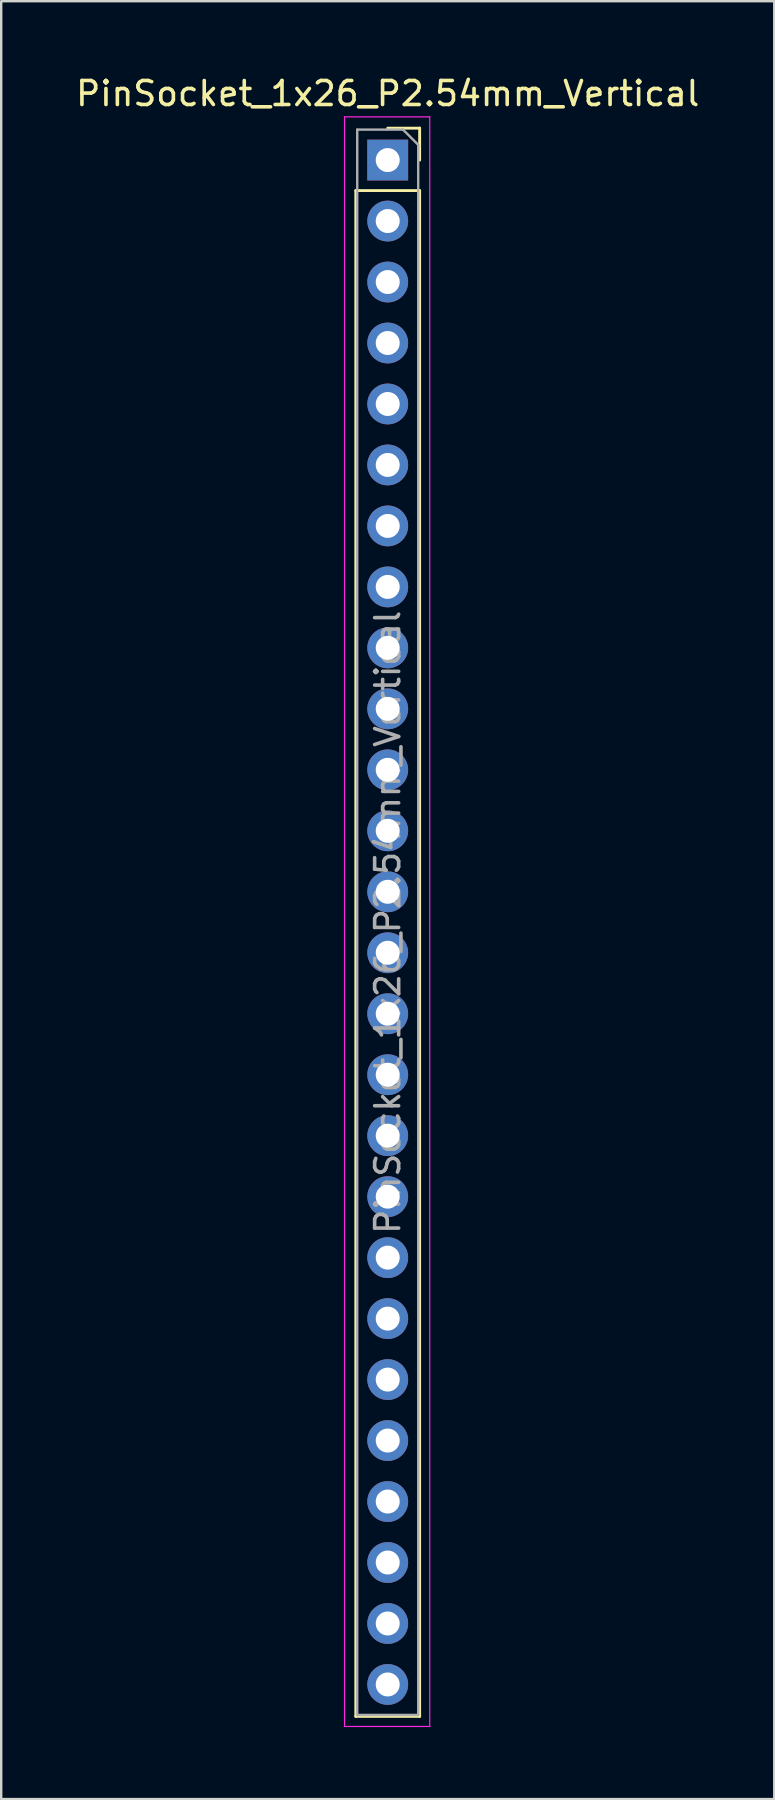
<source format=kicad_pcb>
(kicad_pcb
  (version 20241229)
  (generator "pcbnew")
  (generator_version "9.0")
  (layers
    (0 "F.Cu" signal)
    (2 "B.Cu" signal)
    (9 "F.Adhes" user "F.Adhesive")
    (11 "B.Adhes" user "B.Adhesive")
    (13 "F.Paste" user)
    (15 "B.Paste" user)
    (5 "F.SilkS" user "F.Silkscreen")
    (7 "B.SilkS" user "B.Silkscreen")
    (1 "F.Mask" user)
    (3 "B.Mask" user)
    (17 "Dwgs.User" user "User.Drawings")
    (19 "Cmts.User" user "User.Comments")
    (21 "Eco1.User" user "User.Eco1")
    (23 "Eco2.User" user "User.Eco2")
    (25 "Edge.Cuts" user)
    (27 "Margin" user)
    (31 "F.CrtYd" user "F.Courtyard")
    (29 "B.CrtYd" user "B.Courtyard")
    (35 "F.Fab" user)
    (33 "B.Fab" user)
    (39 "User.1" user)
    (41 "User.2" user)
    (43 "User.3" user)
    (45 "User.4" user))
  (footprint "PinSocket_1x26_P2.54mm_Vertical"
    (layer "F.Cu")
    (at 13.101 3.618)
    (property "Reference" "PinSocket_1x26_P2.54mm_Vertical" (at 0 -2.77 0) (layer "F.SilkS") (effects (font (size 1 1) (thickness 0.15))))
    (attr through_hole)
    (fp_line (start -1.33 1.27) (end -1.33 64.83) (stroke (width 0.12) (type solid)) (layer "F.SilkS"))
    (fp_line (start -1.33 1.27) (end 1.33 1.27) (stroke (width 0.12) (type solid)) (layer "F.SilkS"))
    (fp_line (start -1.33 64.83) (end 1.33 64.83) (stroke (width 0.12) (type solid)) (layer "F.SilkS"))
    (fp_line (start 0 -1.33) (end 1.33 -1.33) (stroke (width 0.12) (type solid)) (layer "F.SilkS"))
    (fp_line (start 1.33 -1.33) (end 1.33 0) (stroke (width 0.12) (type solid)) (layer "F.SilkS"))
    (fp_line (start 1.33 1.27) (end 1.33 64.83) (stroke (width 0.12) (type solid)) (layer "F.SilkS"))
    (fp_line (start -1.8 -1.8) (end 1.75 -1.8) (stroke (width 0.05) (type solid)) (layer "F.CrtYd"))
    (fp_line (start -1.8 65.25) (end -1.8 -1.8) (stroke (width 0.05) (type solid)) (layer "F.CrtYd"))
    (fp_line (start 1.75 -1.8) (end 1.75 65.25) (stroke (width 0.05) (type solid)) (layer "F.CrtYd"))
    (fp_line (start 1.75 65.25) (end -1.8 65.25) (stroke (width 0.05) (type solid)) (layer "F.CrtYd"))
    (fp_line (start -1.27 -1.27) (end 0.635 -1.27) (stroke (width 0.1) (type solid)) (layer "F.Fab"))
    (fp_line (start -1.27 64.77) (end -1.27 -1.27) (stroke (width 0.1) (type solid)) (layer "F.Fab"))
    (fp_line (start 0.635 -1.27) (end 1.27 -0.635) (stroke (width 0.1) (type solid)) (layer "F.Fab"))
    (fp_line (start 1.27 -0.635) (end 1.27 64.77) (stroke (width 0.1) (type solid)) (layer "F.Fab"))
    (fp_line (start 1.27 64.77) (end -1.27 64.77) (stroke (width 0.1) (type solid)) (layer "F.Fab"))
    (fp_text user "${REFERENCE}" (at 0 31.75 90) (layer "F.Fab") (effects (font (size 1 1) (thickness 0.15))))
    (pad "1" thru_hole rect (at 0 0) (size 1.7 1.7) (drill 1) (layers "*.Cu" "*.Mask"))
    (pad "2" thru_hole circle (at 0 2.54) (size 1.7 1.7) (drill 1) (layers "*.Cu" "*.Mask"))
    (pad "3" thru_hole circle (at 0 5.08) (size 1.7 1.7) (drill 1) (layers "*.Cu" "*.Mask"))
    (pad "4" thru_hole circle (at 0 7.62) (size 1.7 1.7) (drill 1) (layers "*.Cu" "*.Mask"))
    (pad "5" thru_hole circle (at 0 10.16) (size 1.7 1.7) (drill 1) (layers "*.Cu" "*.Mask"))
    (pad "6" thru_hole circle (at 0 12.7) (size 1.7 1.7) (drill 1) (layers "*.Cu" "*.Mask"))
    (pad "7" thru_hole circle (at 0 15.24) (size 1.7 1.7) (drill 1) (layers "*.Cu" "*.Mask"))
    (pad "8" thru_hole circle (at 0 17.78) (size 1.7 1.7) (drill 1) (layers "*.Cu" "*.Mask"))
    (pad "9" thru_hole circle (at 0 20.32) (size 1.7 1.7) (drill 1) (layers "*.Cu" "*.Mask"))
    (pad "10" thru_hole circle (at 0 22.86) (size 1.7 1.7) (drill 1) (layers "*.Cu" "*.Mask"))
    (pad "11" thru_hole circle (at 0 25.4) (size 1.7 1.7) (drill 1) (layers "*.Cu" "*.Mask"))
    (pad "12" thru_hole circle (at 0 27.94) (size 1.7 1.7) (drill 1) (layers "*.Cu" "*.Mask"))
    (pad "13" thru_hole circle (at 0 30.48) (size 1.7 1.7) (drill 1) (layers "*.Cu" "*.Mask"))
    (pad "14" thru_hole circle (at 0 33.02) (size 1.7 1.7) (drill 1) (layers "*.Cu" "*.Mask"))
    (pad "15" thru_hole circle (at 0 35.56) (size 1.7 1.7) (drill 1) (layers "*.Cu" "*.Mask"))
    (pad "16" thru_hole circle (at 0 38.1) (size 1.7 1.7) (drill 1) (layers "*.Cu" "*.Mask"))
    (pad "17" thru_hole circle (at 0 40.64) (size 1.7 1.7) (drill 1) (layers "*.Cu" "*.Mask"))
    (pad "18" thru_hole circle (at 0 43.18) (size 1.7 1.7) (drill 1) (layers "*.Cu" "*.Mask"))
    (pad "19" thru_hole circle (at 0 45.72) (size 1.7 1.7) (drill 1) (layers "*.Cu" "*.Mask"))
    (pad "20" thru_hole circle (at 0 48.26) (size 1.7 1.7) (drill 1) (layers "*.Cu" "*.Mask"))
    (pad "21" thru_hole circle (at 0 50.8) (size 1.7 1.7) (drill 1) (layers "*.Cu" "*.Mask"))
    (pad "22" thru_hole circle (at 0 53.34) (size 1.7 1.7) (drill 1) (layers "*.Cu" "*.Mask"))
    (pad "23" thru_hole circle (at 0 55.88) (size 1.7 1.7) (drill 1) (layers "*.Cu" "*.Mask"))
    (pad "24" thru_hole circle (at 0 58.42) (size 1.7 1.7) (drill 1) (layers "*.Cu" "*.Mask"))
    (pad "25" thru_hole circle (at 0 60.96) (size 1.7 1.7) (drill 1) (layers "*.Cu" "*.Mask"))
    (pad "26" thru_hole circle (at 0 63.5) (size 1.7 1.7) (drill 1) (layers "*.Cu" "*.Mask")))
  (gr_rect
    (start -3 -3)
    (end 29.202 71.893)
    (stroke (width 0.1) (type default))
    (fill no)
    (layer "Edge.Cuts")))
</source>
